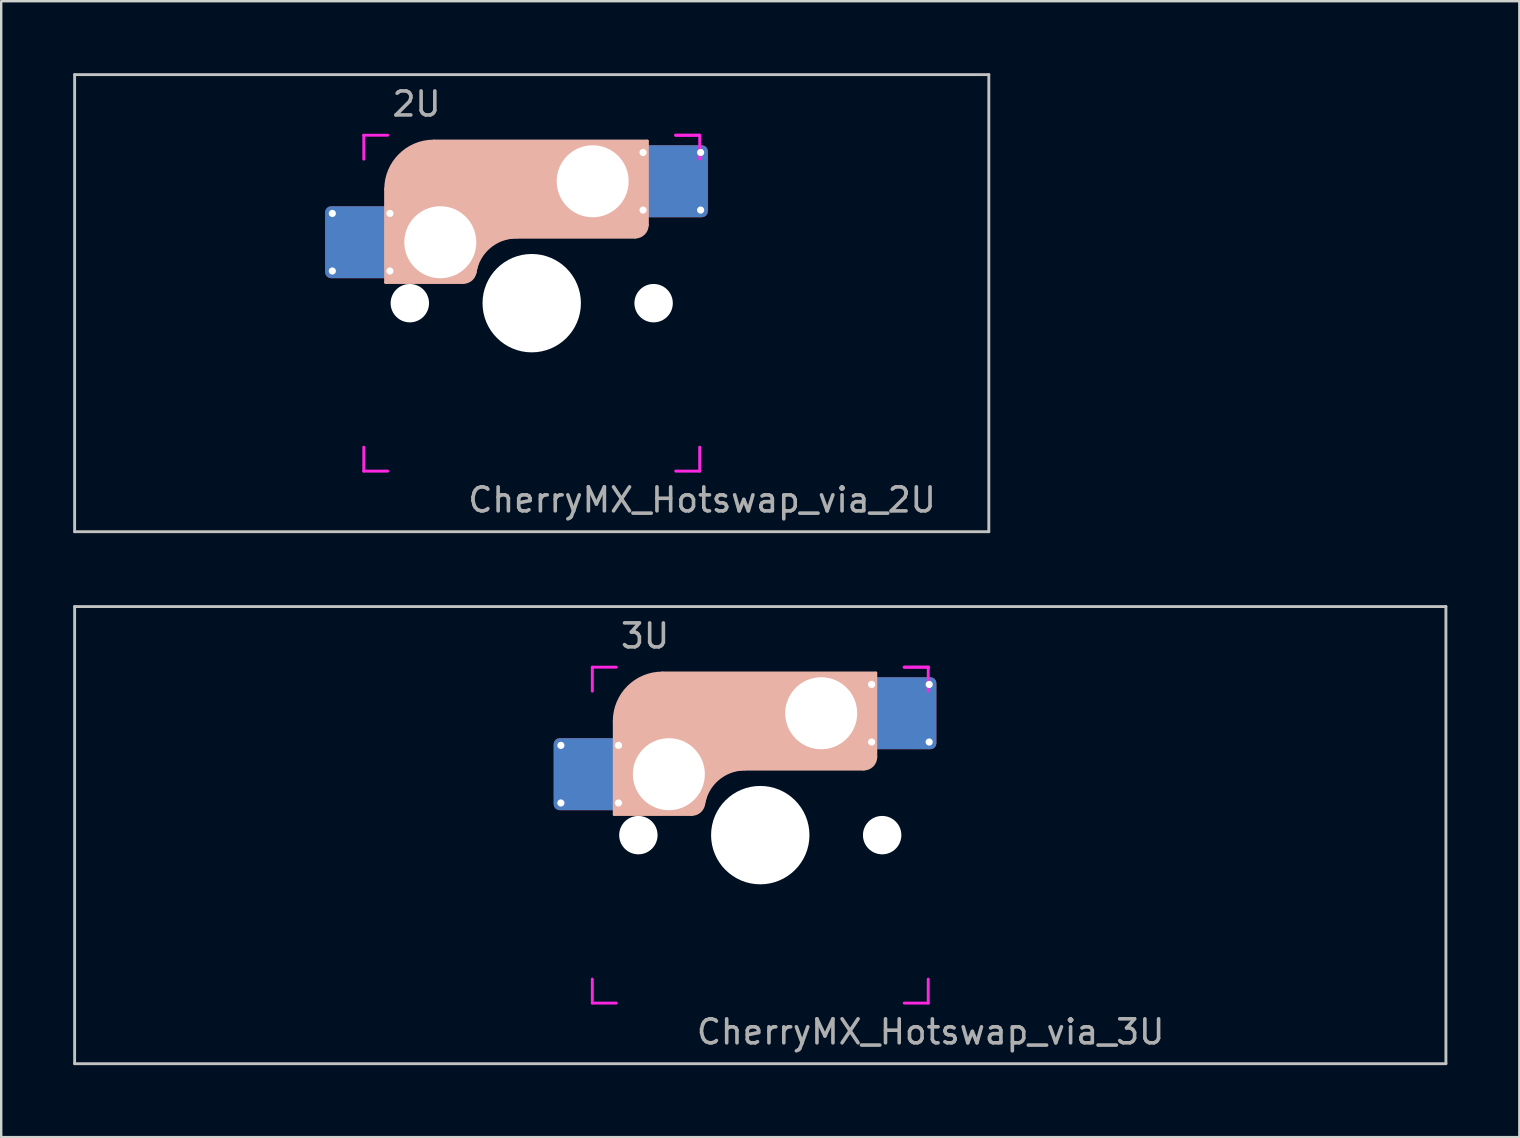
<source format=kicad_pcb>
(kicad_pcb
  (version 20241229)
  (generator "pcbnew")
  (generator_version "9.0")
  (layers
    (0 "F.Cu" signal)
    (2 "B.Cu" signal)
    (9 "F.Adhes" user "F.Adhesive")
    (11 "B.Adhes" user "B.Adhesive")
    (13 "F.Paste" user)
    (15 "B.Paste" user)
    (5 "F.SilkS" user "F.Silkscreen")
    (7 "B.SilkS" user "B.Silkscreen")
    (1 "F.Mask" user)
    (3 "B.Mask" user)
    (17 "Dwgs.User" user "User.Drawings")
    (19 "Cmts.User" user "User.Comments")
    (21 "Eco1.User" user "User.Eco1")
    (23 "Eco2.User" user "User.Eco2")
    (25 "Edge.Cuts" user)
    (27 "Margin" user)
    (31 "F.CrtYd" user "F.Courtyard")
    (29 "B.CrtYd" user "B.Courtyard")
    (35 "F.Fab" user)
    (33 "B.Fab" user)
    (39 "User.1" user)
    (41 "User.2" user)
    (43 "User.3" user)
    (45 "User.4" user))
  (footprint "CherryMX_Hotswap_via_2U"
    (layer "F.Cu")
    (at 19.11 9.585)
    (property "Reference" "CherryMX_Hotswap_via_2U" (at 7.1 8.2 0) (layer "F.Fab") (effects (font (size 1 1) (thickness 0.15))))
    (attr through_hole)
    (fp_line (start -8.11 -1.74) (end -8.11 -3.34) (stroke (width 0.12) (type solid)) (layer "B.Mask"))
    (fp_line (start -7.91 -3.54) (end -6.31 -3.54) (stroke (width 0.12) (type solid)) (layer "B.Mask"))
    (fp_line (start -6.31 -1.54) (end -7.91 -1.54) (stroke (width 0.12) (type solid)) (layer "B.Mask"))
    (fp_line (start -6.11 -3.34) (end -6.11 -1.74) (stroke (width 0.12) (type solid)) (layer "B.Mask"))
    (fp_line (start 4.84 -5.88) (end 4.84 -4.28) (stroke (width 0.12) (type solid)) (layer "B.Mask"))
    (fp_line (start 5.04 -6.08) (end 6.64 -6.08) (stroke (width 0.12) (type solid)) (layer "B.Mask"))
    (fp_line (start 5.04 -4.08) (end 6.64 -4.08) (stroke (width 0.12) (type solid)) (layer "B.Mask"))
    (fp_line (start 6.84 -4.28) (end 6.84 -5.88) (stroke (width 0.12) (type solid)) (layer "B.Mask"))
    (fp_arc (start -8.11 -3.34) (mid -8.051421 -3.481421) (end -7.91 -3.54) (stroke (width 0.12) (type solid)) (layer "B.Mask"))
    (fp_arc (start -7.91 -1.54) (mid -8.051421 -1.598579) (end -8.11 -1.74) (stroke (width 0.12) (type solid)) (layer "B.Mask"))
    (fp_arc (start -6.31 -3.54) (mid -6.168579 -3.481421) (end -6.11 -3.34) (stroke (width 0.12) (type solid)) (layer "B.Mask"))
    (fp_arc (start -6.11 -1.74) (mid -6.168579 -1.598579) (end -6.31 -1.54) (stroke (width 0.12) (type solid)) (layer "B.Mask"))
    (fp_arc (start 4.84 -5.88) (mid 4.898579 -6.021421) (end 5.04 -6.08) (stroke (width 0.12) (type solid)) (layer "B.Mask"))
    (fp_arc (start 5.04 -4.08) (mid 4.898579 -4.138579) (end 4.84 -4.28) (stroke (width 0.12) (type solid)) (layer "B.Mask"))
    (fp_arc (start 6.64 -6.08) (mid 6.781421 -6.021421) (end 6.84 -5.88) (stroke (width 0.12) (type solid)) (layer "B.Mask"))
    (fp_arc (start 6.84 -4.28) (mid 6.781421 -4.138579) (end 6.64 -4.08) (stroke (width 0.12) (type solid)) (layer "B.Mask"))
    (fp_poly (pts (xy -6.11 -3.34) (xy -6.11 -1.74) (xy -6.31 -1.54) (xy -7.91 -1.54) (xy -8.11 -1.74) (xy -8.11 -3.34) (xy -7.91 -3.54) (xy -6.31 -3.54)) (stroke (width 0.1) (type solid)) (fill yes) (layer "B.Mask"))
    (fp_poly (pts (xy 6.84 -5.88) (xy 6.84 -4.28) (xy 6.64 -4.08) (xy 5.04 -4.08) (xy 4.84 -4.28) (xy 4.84 -5.88) (xy 5.04 -6.08) (xy 6.64 -6.08)) (stroke (width 0.1) (type solid)) (fill yes) (layer "B.Mask"))
    (fp_line (start -6.085 -0.865) (end -6.085 -4.755) (stroke (width 0.12) (type solid)) (layer "B.SilkS"))
    (fp_line (start -4.085 -6.755) (end 4.815 -6.755) (stroke (width 0.12) (type solid)) (layer "B.SilkS"))
    (fp_line (start -2.852 -0.865) (end -6.085 -0.865) (stroke (width 0.12) (type solid)) (layer "B.SilkS"))
    (fp_line (start -0.635 -2.755) (end 4.315 -2.755) (stroke (width 0.12) (type solid)) (layer "B.SilkS"))
    (fp_line (start 4.815 -6.755) (end 4.815 -3.255) (stroke (width 0.12) (type solid)) (layer "B.SilkS"))
    (fp_arc (start -6.085 -4.755) (mid -5.499214 -6.169214) (end -4.085 -6.755) (stroke (width 0.12) (type solid)) (layer "B.SilkS"))
    (fp_arc (start -2.360959 -1.278326) (mid -1.770727 -2.335454) (end -0.635 -2.755) (stroke (width 0.12) (type solid)) (layer "B.SilkS"))
    (fp_arc (start -2.36 -1.278176) (mid -2.53101 -0.981978) (end -2.852404 -0.865) (stroke (width 0.12) (type solid)) (layer "B.SilkS"))
    (fp_arc (start 4.815 -3.255) (mid 4.668553 -2.901447) (end 4.315 -2.755) (stroke (width 0.12) (type solid)) (layer "B.SilkS"))
    (fp_poly (pts (xy 4.815 -3.255) (xy 4.633 -2.937) (xy 4.315 -2.755) (xy -0.635 -2.755) (xy -1.259 -2.696) (xy -1.805 -2.376) (xy -2.207 -1.885) (xy -2.361 -1.278) (xy -2.563 -1.02) (xy -2.852 -0.865) (xy -6.085 -0.865) (xy -6.085 -4.755) (xy -5.887 -5.501) (xy -5.464 -6.134) (xy -4.831 -6.557) (xy -4.085 -6.755) (xy 4.815 -6.755)) (stroke (width 0.1) (type solid)) (fill yes) (layer "B.SilkS"))
    (fp_line (start -8.11 -1.74) (end -8.11 -3.34) (stroke (width 0.12) (type solid)) (layer "B.Paste"))
    (fp_line (start -7.91 -3.54) (end -6.31 -3.54) (stroke (width 0.12) (type solid)) (layer "B.Paste"))
    (fp_line (start -6.31 -1.54) (end -7.91 -1.54) (stroke (width 0.12) (type solid)) (layer "B.Paste"))
    (fp_line (start -6.11 -3.34) (end -6.11 -1.74) (stroke (width 0.12) (type solid)) (layer "B.Paste"))
    (fp_line (start 4.84 -5.88) (end 4.84 -4.28) (stroke (width 0.12) (type solid)) (layer "B.Paste"))
    (fp_line (start 5.04 -6.08) (end 6.64 -6.08) (stroke (width 0.12) (type solid)) (layer "B.Paste"))
    (fp_line (start 5.04 -4.08) (end 6.64 -4.08) (stroke (width 0.12) (type solid)) (layer "B.Paste"))
    (fp_line (start 6.84 -4.28) (end 6.84 -5.88) (stroke (width 0.12) (type solid)) (layer "B.Paste"))
    (fp_arc (start -8.11 -3.34) (mid -8.051421 -3.481421) (end -7.91 -3.54) (stroke (width 0.12) (type solid)) (layer "B.Paste"))
    (fp_arc (start -7.91 -1.54) (mid -8.051421 -1.598579) (end -8.11 -1.74) (stroke (width 0.12) (type solid)) (layer "B.Paste"))
    (fp_arc (start -6.31 -3.54) (mid -6.168579 -3.481421) (end -6.11 -3.34) (stroke (width 0.12) (type solid)) (layer "B.Paste"))
    (fp_arc (start -6.11 -1.74) (mid -6.168579 -1.598579) (end -6.31 -1.54) (stroke (width 0.12) (type solid)) (layer "B.Paste"))
    (fp_arc (start 4.84 -5.88) (mid 4.898579 -6.021421) (end 5.04 -6.08) (stroke (width 0.12) (type solid)) (layer "B.Paste"))
    (fp_arc (start 5.04 -4.08) (mid 4.898579 -4.138579) (end 4.84 -4.28) (stroke (width 0.12) (type solid)) (layer "B.Paste"))
    (fp_arc (start 6.64 -6.08) (mid 6.781421 -6.021421) (end 6.84 -5.88) (stroke (width 0.12) (type solid)) (layer "B.Paste"))
    (fp_arc (start 6.84 -4.28) (mid 6.781421 -4.138579) (end 6.64 -4.08) (stroke (width 0.12) (type solid)) (layer "B.Paste"))
    (fp_poly (pts (xy -6.11 -3.34) (xy -6.11 -1.74) (xy -6.31 -1.54) (xy -7.91 -1.54) (xy -8.11 -1.74) (xy -8.11 -3.34) (xy -7.91 -3.54) (xy -6.31 -3.54)) (stroke (width 0.1) (type solid)) (fill yes) (layer "B.Paste"))
    (fp_poly (pts (xy 6.84 -5.88) (xy 6.84 -4.28) (xy 6.64 -4.08) (xy 5.04 -4.08) (xy 4.84 -4.28) (xy 4.84 -5.88) (xy 5.04 -6.08) (xy 6.64 -6.08)) (stroke (width 0.1) (type solid)) (fill yes) (layer "B.Paste"))
    (fp_line (start -19.05 -9.525) (end 19.05 -9.525) (stroke (width 0.12) (type solid)) (layer "Dwgs.User"))
    (fp_line (start -19.05 9.525) (end -19.05 -9.525) (stroke (width 0.12) (type solid)) (layer "Dwgs.User"))
    (fp_line (start 19.05 -9.525) (end 19.05 9.525) (stroke (width 0.12) (type solid)) (layer "Dwgs.User"))
    (fp_line (start 19.05 9.525) (end -19.05 9.525) (stroke (width 0.12) (type solid)) (layer "Dwgs.User"))
    (fp_line (start -7 -7) (end -7 -6) (stroke (width 0.12) (type solid)) (layer "F.CrtYd"))
    (fp_line (start -7 -7) (end -6 -7) (stroke (width 0.12) (type solid)) (layer "F.CrtYd"))
    (fp_line (start -7 7) (end -7 6) (stroke (width 0.12) (type solid)) (layer "F.CrtYd"))
    (fp_line (start -7 7) (end -6 7) (stroke (width 0.12) (type solid)) (layer "F.CrtYd"))
    (fp_line (start 6 -7) (end 7 -7) (stroke (width 0.12) (type solid)) (layer "F.CrtYd"))
    (fp_line (start 7 -7) (end 6 -7) (stroke (width 0.12) (type solid)) (layer "F.CrtYd"))
    (fp_line (start 7 -7) (end 7 -6) (stroke (width 0.12) (type solid)) (layer "F.CrtYd"))
    (fp_line (start 7 7) (end 6 7) (stroke (width 0.12) (type solid)) (layer "F.CrtYd"))
    (fp_line (start 7 7) (end 7 6) (stroke (width 0.12) (type solid)) (layer "F.CrtYd"))
    (fp_text user "2U" (at -4.8 -8.3 0) (layer "F.Fab") (effects (font (size 1 1) (thickness 0.15))))
    (pad "" np_thru_hole circle (at -5.08 0) (size 1.6 1.6) (drill 1.6) (layers "*.Cu" "*.Mask"))
    (pad "" np_thru_hole circle (at -3.81 -2.54) (size 3 3) (drill 3) (layers "*.Cu" "*.Mask"))
    (pad "" np_thru_hole circle (at 0 0) (size 4.1 4.1) (drill 4.1) (layers "*.Cu" "*.Mask"))
    (pad "" np_thru_hole circle (at 2.54 -5.08) (size 3 3) (drill 3) (layers "*.Cu" "*.Mask"))
    (pad "" np_thru_hole circle (at 5.08 0) (size 1.6 1.6) (drill 1.6) (layers "*.Cu" "*.Mask"))
    (pad "1" thru_hole circle (at -8.31 -3.74) (size 0.5 0.5) (drill 0.3) (layers "*.Cu"))
    (pad "1" thru_hole circle (at -8.31 -1.34) (size 0.5 0.5) (drill 0.3) (layers "*.Cu"))
    (pad "1" smd roundrect (at -7.11 -2.54) (size 3 3) (layers "F.Cu") (roundrect_rratio 0.083))
    (pad "1" smd roundrect (at -7.11 -2.54 180) (size 3 3) (layers "B.Cu") (roundrect_rratio 0.083))
    (pad "1" thru_hole circle (at -5.91 -3.74) (size 0.5 0.5) (drill 0.3) (layers "*.Cu"))
    (pad "1" thru_hole circle (at -5.91 -1.34) (size 0.5 0.5) (drill 0.3) (layers "*.Cu"))
    (pad "2" thru_hole circle (at 4.64 -6.28 180) (size 0.5 0.5) (drill 0.3) (layers "*.Cu"))
    (pad "2" thru_hole circle (at 4.64 -3.88 180) (size 0.5 0.5) (drill 0.3) (layers "*.Cu"))
    (pad "2" smd roundrect (at 5.84 -5.08 180) (size 3 3) (layers "F.Cu") (roundrect_rratio 0.083))
    (pad "2" smd roundrect (at 5.84 -5.08 180) (size 3 3) (layers "B.Cu") (roundrect_rratio 0.083))
    (pad "2" thru_hole circle (at 7.04 -6.28 180) (size 0.5 0.5) (drill 0.3) (layers "*.Cu"))
    (pad "2" thru_hole circle (at 7.04 -3.88 180) (size 0.5 0.5) (drill 0.3) (layers "*.Cu")))
  (footprint "CherryMX_Hotswap_via_3U"
    (layer "F.Cu")
    (at 28.635 31.755)
    (property "Reference" "CherryMX_Hotswap_via_3U" (at 7.1 8.2 0) (layer "F.Fab") (effects (font (size 1 1) (thickness 0.15))))
    (attr through_hole)
    (fp_line (start -8.11 -1.74) (end -8.11 -3.34) (stroke (width 0.12) (type solid)) (layer "B.Mask"))
    (fp_line (start -7.91 -3.54) (end -6.31 -3.54) (stroke (width 0.12) (type solid)) (layer "B.Mask"))
    (fp_line (start -6.31 -1.54) (end -7.91 -1.54) (stroke (width 0.12) (type solid)) (layer "B.Mask"))
    (fp_line (start -6.11 -3.34) (end -6.11 -1.74) (stroke (width 0.12) (type solid)) (layer "B.Mask"))
    (fp_line (start 4.84 -5.88) (end 4.84 -4.28) (stroke (width 0.12) (type solid)) (layer "B.Mask"))
    (fp_line (start 5.04 -6.08) (end 6.64 -6.08) (stroke (width 0.12) (type solid)) (layer "B.Mask"))
    (fp_line (start 5.04 -4.08) (end 6.64 -4.08) (stroke (width 0.12) (type solid)) (layer "B.Mask"))
    (fp_line (start 6.84 -4.28) (end 6.84 -5.88) (stroke (width 0.12) (type solid)) (layer "B.Mask"))
    (fp_arc (start -8.11 -3.34) (mid -8.051421 -3.481421) (end -7.91 -3.54) (stroke (width 0.12) (type solid)) (layer "B.Mask"))
    (fp_arc (start -7.91 -1.54) (mid -8.051421 -1.598579) (end -8.11 -1.74) (stroke (width 0.12) (type solid)) (layer "B.Mask"))
    (fp_arc (start -6.31 -3.54) (mid -6.168579 -3.481421) (end -6.11 -3.34) (stroke (width 0.12) (type solid)) (layer "B.Mask"))
    (fp_arc (start -6.11 -1.74) (mid -6.168579 -1.598579) (end -6.31 -1.54) (stroke (width 0.12) (type solid)) (layer "B.Mask"))
    (fp_arc (start 4.84 -5.88) (mid 4.898579 -6.021421) (end 5.04 -6.08) (stroke (width 0.12) (type solid)) (layer "B.Mask"))
    (fp_arc (start 5.04 -4.08) (mid 4.898579 -4.138579) (end 4.84 -4.28) (stroke (width 0.12) (type solid)) (layer "B.Mask"))
    (fp_arc (start 6.64 -6.08) (mid 6.781421 -6.021421) (end 6.84 -5.88) (stroke (width 0.12) (type solid)) (layer "B.Mask"))
    (fp_arc (start 6.84 -4.28) (mid 6.781421 -4.138579) (end 6.64 -4.08) (stroke (width 0.12) (type solid)) (layer "B.Mask"))
    (fp_poly (pts (xy -6.11 -3.34) (xy -6.11 -1.74) (xy -6.31 -1.54) (xy -7.91 -1.54) (xy -8.11 -1.74) (xy -8.11 -3.34) (xy -7.91 -3.54) (xy -6.31 -3.54)) (stroke (width 0.1) (type solid)) (fill yes) (layer "B.Mask"))
    (fp_poly (pts (xy 6.84 -5.88) (xy 6.84 -4.28) (xy 6.64 -4.08) (xy 5.04 -4.08) (xy 4.84 -4.28) (xy 4.84 -5.88) (xy 5.04 -6.08) (xy 6.64 -6.08)) (stroke (width 0.1) (type solid)) (fill yes) (layer "B.Mask"))
    (fp_line (start -6.085 -0.865) (end -6.085 -4.755) (stroke (width 0.12) (type solid)) (layer "B.SilkS"))
    (fp_line (start -4.085 -6.755) (end 4.815 -6.755) (stroke (width 0.12) (type solid)) (layer "B.SilkS"))
    (fp_line (start -2.852 -0.865) (end -6.085 -0.865) (stroke (width 0.12) (type solid)) (layer "B.SilkS"))
    (fp_line (start -0.635 -2.755) (end 4.315 -2.755) (stroke (width 0.12) (type solid)) (layer "B.SilkS"))
    (fp_line (start 4.815 -6.755) (end 4.815 -3.255) (stroke (width 0.12) (type solid)) (layer "B.SilkS"))
    (fp_arc (start -6.085 -4.755) (mid -5.499214 -6.169214) (end -4.085 -6.755) (stroke (width 0.12) (type solid)) (layer "B.SilkS"))
    (fp_arc (start -2.360959 -1.278326) (mid -1.770727 -2.335454) (end -0.635 -2.755) (stroke (width 0.12) (type solid)) (layer "B.SilkS"))
    (fp_arc (start -2.36 -1.278176) (mid -2.53101 -0.981978) (end -2.852404 -0.865) (stroke (width 0.12) (type solid)) (layer "B.SilkS"))
    (fp_arc (start 4.815 -3.255) (mid 4.668553 -2.901447) (end 4.315 -2.755) (stroke (width 0.12) (type solid)) (layer "B.SilkS"))
    (fp_poly (pts (xy 4.815 -3.255) (xy 4.633 -2.937) (xy 4.315 -2.755) (xy -0.635 -2.755) (xy -1.259 -2.696) (xy -1.805 -2.376) (xy -2.207 -1.885) (xy -2.361 -1.278) (xy -2.563 -1.02) (xy -2.852 -0.865) (xy -6.085 -0.865) (xy -6.085 -4.755) (xy -5.887 -5.501) (xy -5.464 -6.134) (xy -4.831 -6.557) (xy -4.085 -6.755) (xy 4.815 -6.755)) (stroke (width 0.1) (type solid)) (fill yes) (layer "B.SilkS"))
    (fp_line (start -8.11 -1.74) (end -8.11 -3.34) (stroke (width 0.12) (type solid)) (layer "B.Paste"))
    (fp_line (start -7.91 -3.54) (end -6.31 -3.54) (stroke (width 0.12) (type solid)) (layer "B.Paste"))
    (fp_line (start -6.31 -1.54) (end -7.91 -1.54) (stroke (width 0.12) (type solid)) (layer "B.Paste"))
    (fp_line (start -6.11 -3.34) (end -6.11 -1.74) (stroke (width 0.12) (type solid)) (layer "B.Paste"))
    (fp_line (start 4.84 -5.88) (end 4.84 -4.28) (stroke (width 0.12) (type solid)) (layer "B.Paste"))
    (fp_line (start 5.04 -6.08) (end 6.64 -6.08) (stroke (width 0.12) (type solid)) (layer "B.Paste"))
    (fp_line (start 5.04 -4.08) (end 6.64 -4.08) (stroke (width 0.12) (type solid)) (layer "B.Paste"))
    (fp_line (start 6.84 -4.28) (end 6.84 -5.88) (stroke (width 0.12) (type solid)) (layer "B.Paste"))
    (fp_arc (start -8.11 -3.34) (mid -8.051421 -3.481421) (end -7.91 -3.54) (stroke (width 0.12) (type solid)) (layer "B.Paste"))
    (fp_arc (start -7.91 -1.54) (mid -8.051421 -1.598579) (end -8.11 -1.74) (stroke (width 0.12) (type solid)) (layer "B.Paste"))
    (fp_arc (start -6.31 -3.54) (mid -6.168579 -3.481421) (end -6.11 -3.34) (stroke (width 0.12) (type solid)) (layer "B.Paste"))
    (fp_arc (start -6.11 -1.74) (mid -6.168579 -1.598579) (end -6.31 -1.54) (stroke (width 0.12) (type solid)) (layer "B.Paste"))
    (fp_arc (start 4.84 -5.88) (mid 4.898579 -6.021421) (end 5.04 -6.08) (stroke (width 0.12) (type solid)) (layer "B.Paste"))
    (fp_arc (start 5.04 -4.08) (mid 4.898579 -4.138579) (end 4.84 -4.28) (stroke (width 0.12) (type solid)) (layer "B.Paste"))
    (fp_arc (start 6.64 -6.08) (mid 6.781421 -6.021421) (end 6.84 -5.88) (stroke (width 0.12) (type solid)) (layer "B.Paste"))
    (fp_arc (start 6.84 -4.28) (mid 6.781421 -4.138579) (end 6.64 -4.08) (stroke (width 0.12) (type solid)) (layer "B.Paste"))
    (fp_poly (pts (xy -6.11 -3.34) (xy -6.11 -1.74) (xy -6.31 -1.54) (xy -7.91 -1.54) (xy -8.11 -1.74) (xy -8.11 -3.34) (xy -7.91 -3.54) (xy -6.31 -3.54)) (stroke (width 0.1) (type solid)) (fill yes) (layer "B.Paste"))
    (fp_poly (pts (xy 6.84 -5.88) (xy 6.84 -4.28) (xy 6.64 -4.08) (xy 5.04 -4.08) (xy 4.84 -4.28) (xy 4.84 -5.88) (xy 5.04 -6.08) (xy 6.64 -6.08)) (stroke (width 0.1) (type solid)) (fill yes) (layer "B.Paste"))
    (fp_line (start -28.575 -9.525) (end 28.575 -9.525) (stroke (width 0.12) (type solid)) (layer "Dwgs.User"))
    (fp_line (start -28.575 9.525) (end -28.575 -9.525) (stroke (width 0.12) (type solid)) (layer "Dwgs.User"))
    (fp_line (start 28.575 -9.525) (end 28.575 9.525) (stroke (width 0.12) (type solid)) (layer "Dwgs.User"))
    (fp_line (start 28.575 9.525) (end -28.575 9.525) (stroke (width 0.12) (type solid)) (layer "Dwgs.User"))
    (fp_line (start -7 -7) (end -7 -6) (stroke (width 0.12) (type solid)) (layer "F.CrtYd"))
    (fp_line (start -7 -7) (end -6 -7) (stroke (width 0.12) (type solid)) (layer "F.CrtYd"))
    (fp_line (start -7 7) (end -7 6) (stroke (width 0.12) (type solid)) (layer "F.CrtYd"))
    (fp_line (start -7 7) (end -6 7) (stroke (width 0.12) (type solid)) (layer "F.CrtYd"))
    (fp_line (start 6 -7) (end 7 -7) (stroke (width 0.12) (type solid)) (layer "F.CrtYd"))
    (fp_line (start 7 -7) (end 6 -7) (stroke (width 0.12) (type solid)) (layer "F.CrtYd"))
    (fp_line (start 7 -7) (end 7 -6) (stroke (width 0.12) (type solid)) (layer "F.CrtYd"))
    (fp_line (start 7 7) (end 6 7) (stroke (width 0.12) (type solid)) (layer "F.CrtYd"))
    (fp_line (start 7 7) (end 7 6) (stroke (width 0.12) (type solid)) (layer "F.CrtYd"))
    (fp_text user "3U" (at -4.8 -8.3 0) (layer "F.Fab") (effects (font (size 1 1) (thickness 0.15))))
    (pad "" np_thru_hole circle (at -5.08 0) (size 1.6 1.6) (drill 1.6) (layers "*.Cu" "*.Mask"))
    (pad "" np_thru_hole circle (at -3.81 -2.54) (size 3 3) (drill 3) (layers "*.Cu" "*.Mask"))
    (pad "" np_thru_hole circle (at 0 0) (size 4.1 4.1) (drill 4.1) (layers "*.Cu" "*.Mask"))
    (pad "" np_thru_hole circle (at 2.54 -5.08) (size 3 3) (drill 3) (layers "*.Cu" "*.Mask"))
    (pad "" np_thru_hole circle (at 5.08 0) (size 1.6 1.6) (drill 1.6) (layers "*.Cu" "*.Mask"))
    (pad "1" thru_hole circle (at -8.31 -3.74) (size 0.5 0.5) (drill 0.3) (layers "*.Cu"))
    (pad "1" thru_hole circle (at -8.31 -1.34) (size 0.5 0.5) (drill 0.3) (layers "*.Cu"))
    (pad "1" smd roundrect (at -7.11 -2.54) (size 3 3) (layers "F.Cu") (roundrect_rratio 0.083))
    (pad "1" smd roundrect (at -7.11 -2.54 180) (size 3 3) (layers "B.Cu") (roundrect_rratio 0.083))
    (pad "1" thru_hole circle (at -5.91 -3.74) (size 0.5 0.5) (drill 0.3) (layers "*.Cu"))
    (pad "1" thru_hole circle (at -5.91 -1.34) (size 0.5 0.5) (drill 0.3) (layers "*.Cu"))
    (pad "2" thru_hole circle (at 4.64 -6.28 180) (size 0.5 0.5) (drill 0.3) (layers "*.Cu"))
    (pad "2" thru_hole circle (at 4.64 -3.88 180) (size 0.5 0.5) (drill 0.3) (layers "*.Cu"))
    (pad "2" smd roundrect (at 5.84 -5.08 180) (size 3 3) (layers "F.Cu") (roundrect_rratio 0.083))
    (pad "2" smd roundrect (at 5.84 -5.08 180) (size 3 3) (layers "B.Cu") (roundrect_rratio 0.083))
    (pad "2" thru_hole circle (at 7.04 -6.28 180) (size 0.5 0.5) (drill 0.3) (layers "*.Cu"))
    (pad "2" thru_hole circle (at 7.04 -3.88 180) (size 0.5 0.5) (drill 0.3) (layers "*.Cu")))
  (gr_rect
    (start -3 -3)
    (end 60.27 44.34)
    (stroke (width 0.1) (type default))
    (fill no)
    (layer "Edge.Cuts")))
</source>
